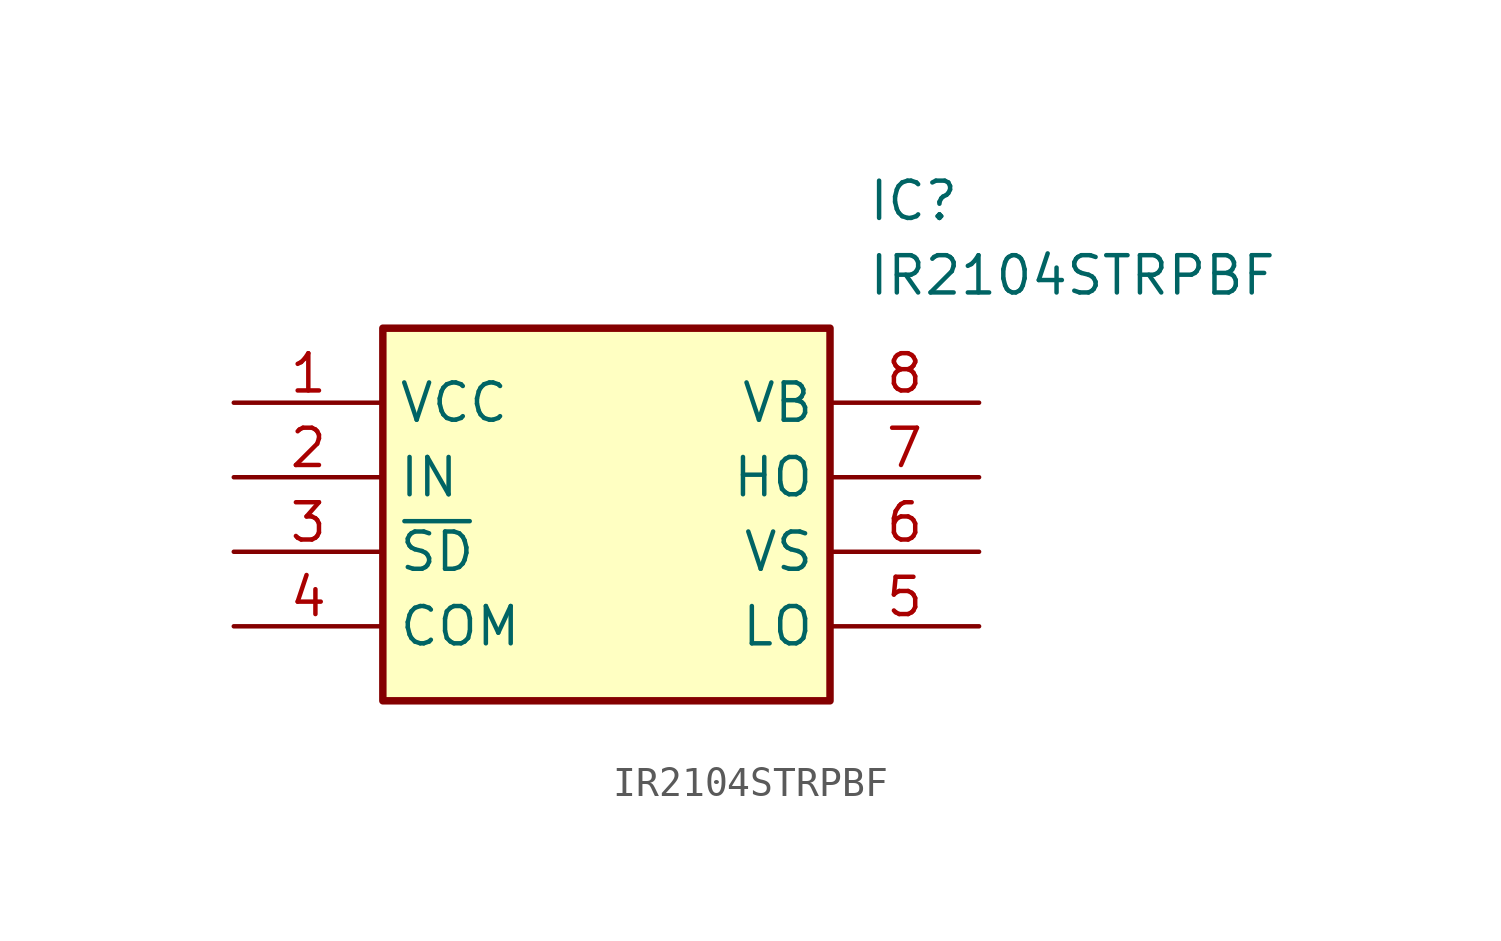
<source format=kicad_sym>
(kicad_symbol_lib
  (version 20211014)
  (generator SamacSys_ECAD_Model)
  (symbol "IR2104STRPBF"
    (property "Reference" "IC"
      (at 21.59 7.62 0)
      (effects (font (size 1.27 1.27)) (justify left top)))
    (property "Value" "IR2104STRPBF"
      (at 21.59 5.08 0)
      (effects (font (size 1.27 1.27)) (justify left top)))
    (rectangle
      (start 5.08 2.54)
      (end 20.32 -10.16)
      (stroke (width 0.254) (type default))
      (fill (type background)))
    (pin passive line
      (at 0 0 0)
      (length 5.08)
      (name "VCC" (effects (font (size 1.27 1.27))))
      (number "1" (effects (font (size 1.27 1.27)))))
    (pin passive line
      (at 0 -2.54 0)
      (length 5.08)
      (name "IN" (effects (font (size 1.27 1.27))))
      (number "2" (effects (font (size 1.27 1.27)))))
    (pin passive line
      (at 0 -5.08 0)
      (length 5.08)
      (name "~{SD}" (effects (font (size 1.27 1.27))))
      (number "3" (effects (font (size 1.27 1.27)))))
    (pin passive line
      (at 0 -7.62 0)
      (length 5.08)
      (name "COM" (effects (font (size 1.27 1.27))))
      (number "4" (effects (font (size 1.27 1.27)))))
    (pin passive line
      (at 25.4 0 180)
      (length 5.08)
      (name "VB" (effects (font (size 1.27 1.27))))
      (number "8" (effects (font (size 1.27 1.27)))))
    (pin passive line
      (at 25.4 -2.54 180)
      (length 5.08)
      (name "HO" (effects (font (size 1.27 1.27))))
      (number "7" (effects (font (size 1.27 1.27)))))
    (pin passive line
      (at 25.4 -5.08 180)
      (length 5.08)
      (name "VS" (effects (font (size 1.27 1.27))))
      (number "6" (effects (font (size 1.27 1.27)))))
    (pin passive line
      (at 25.4 -7.62 180)
      (length 5.08)
      (name "LO" (effects (font (size 1.27 1.27))))
      (number "5" (effects (font (size 1.27 1.27)))))))
</source>
